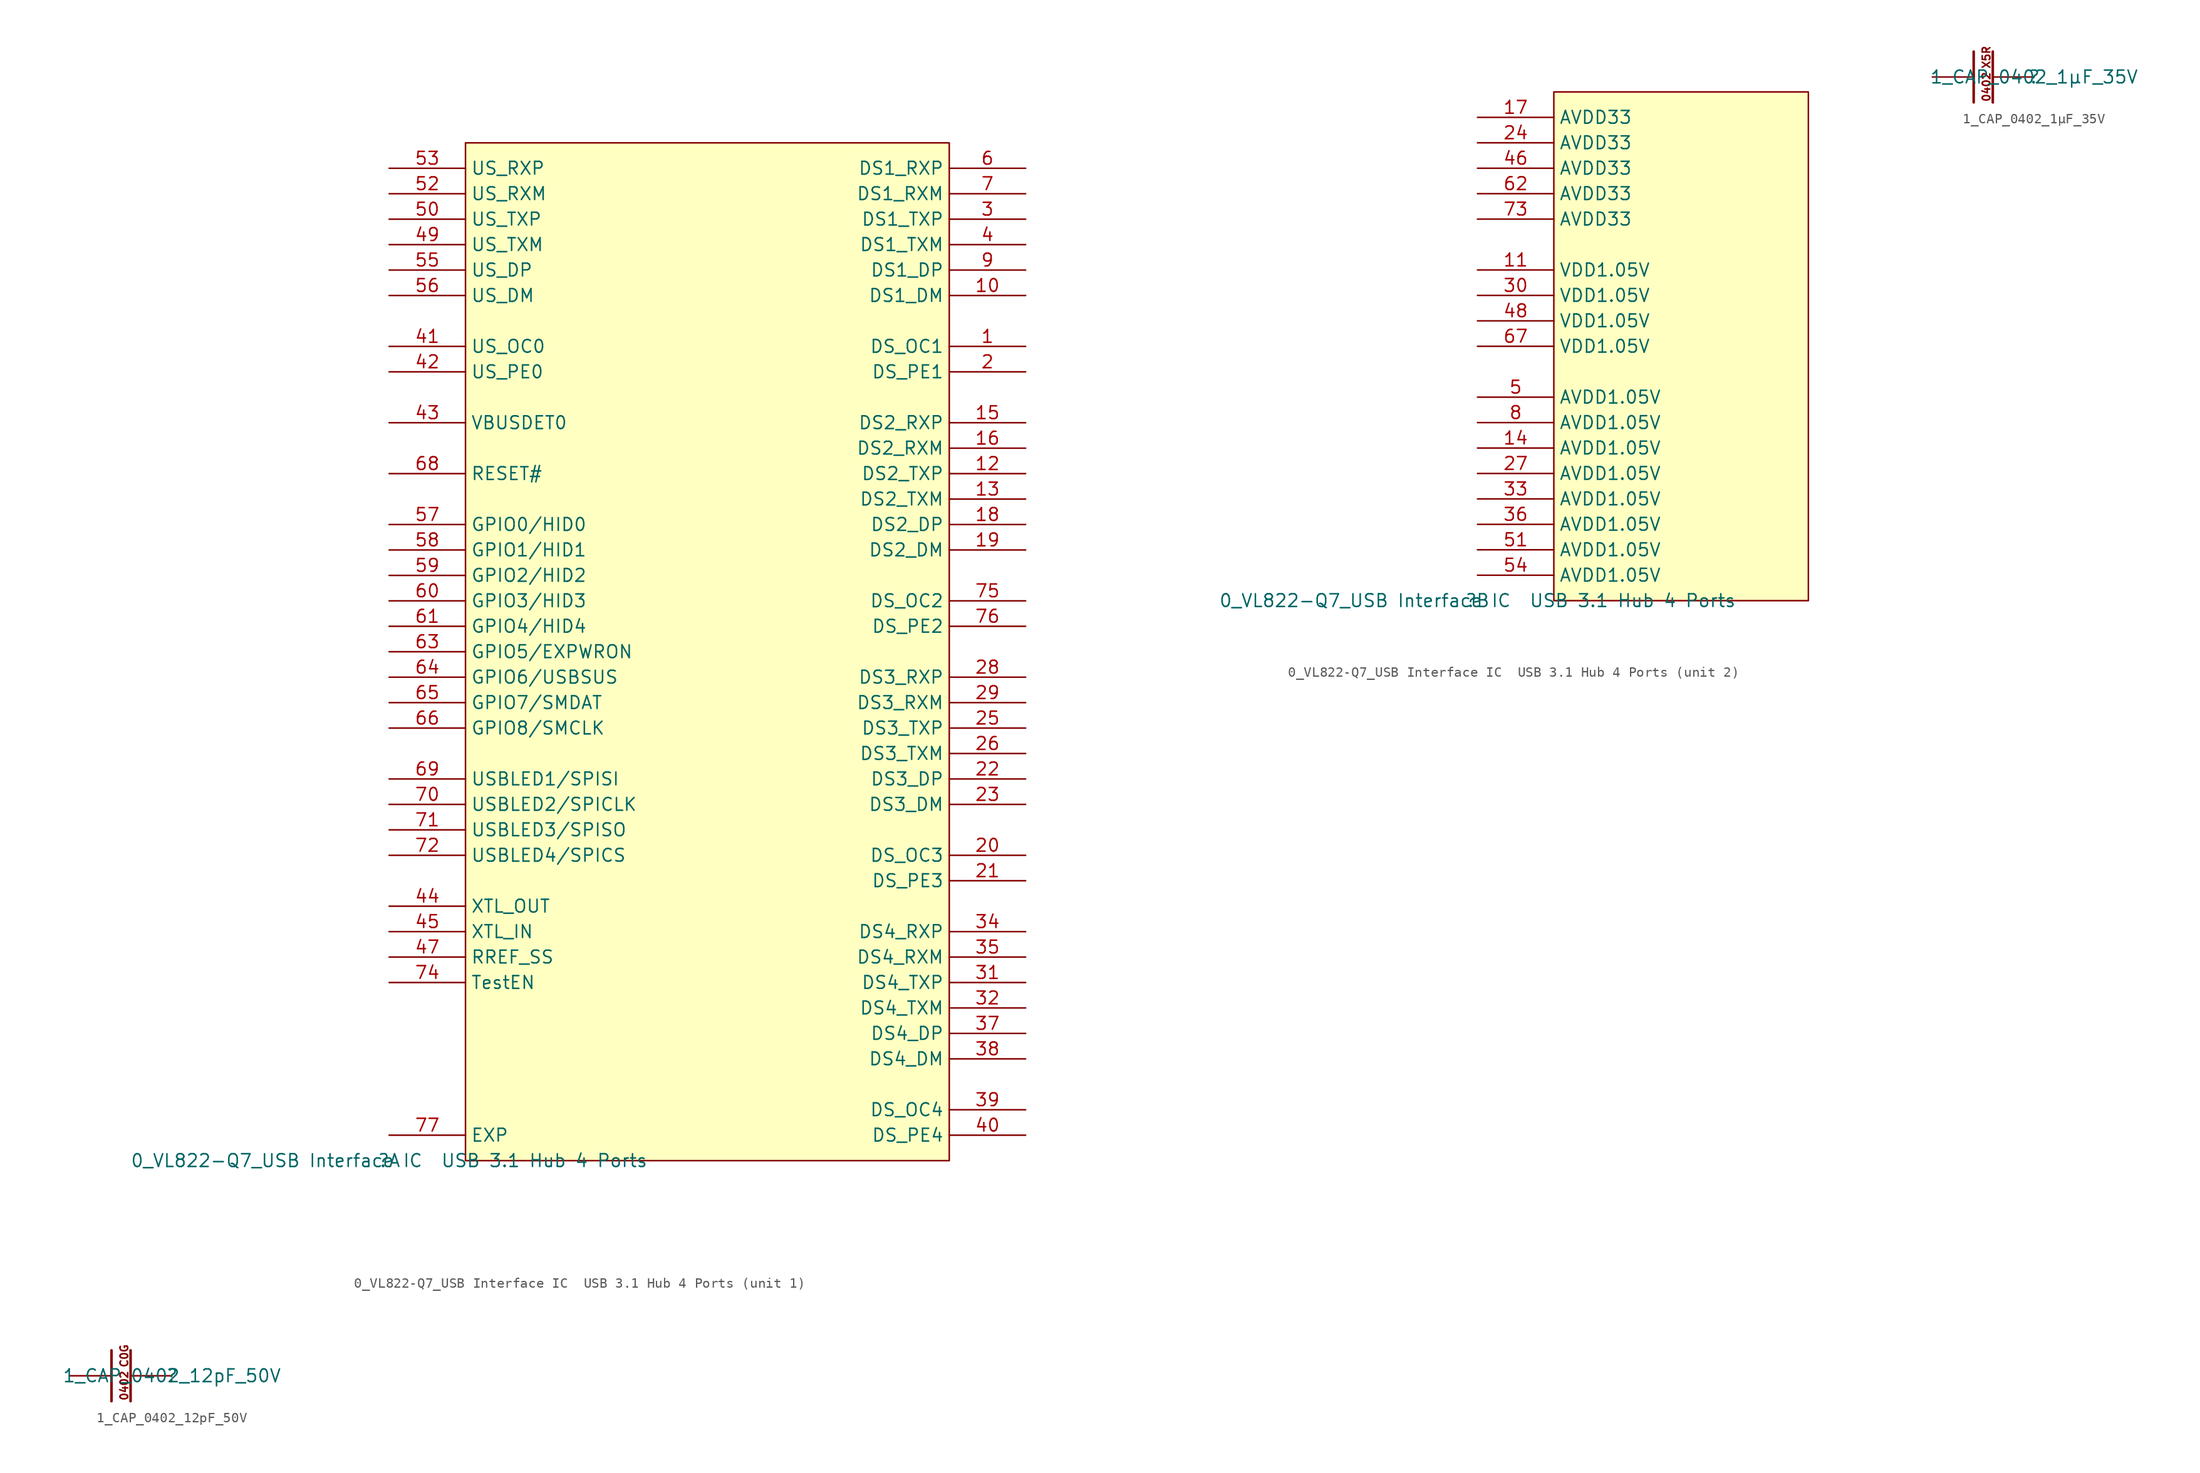
<source format=kicad_sym>
(kicad_symbol_lib
  (version 20211014)
  (generator kicad_symbol_editor)
  (symbol "0_VL822-Q7_USB Interface IC  USB 3.1 Hub 4 Ports"
    (property "Reference" ""
      (at 0 0 0)
      (effects (font (size 1.27 1.27))))
    (property "Value" "0_VL822-Q7_USB Interface IC  USB 3.1 Hub 4 Ports"
      (at 0 0 0)
      (effects (font (size 1.27 1.27))))
    (symbol "0_VL822-Q7_USB Interface IC  USB 3.1 Hub 4 Ports_1_0"
      (rectangle (start 55.88 101.6) (end 7.62 0) (stroke (width 0) (type default) (color 0 0 0 0)) (fill (type background)))
      (pin passive line (at 63.5 81.28 180) (length 7.62) (name "DS_OC1" (effects (font (size 1.27 1.27)))) (number "1" (effects (font (size 1.27 1.27)))))
      (pin passive line (at 63.5 86.36 180) (length 7.62) (name "DS1_DM" (effects (font (size 1.27 1.27)))) (number "10" (effects (font (size 1.27 1.27)))))
      (pin passive line (at 63.5 68.58 180) (length 7.62) (name "DS2_TXP" (effects (font (size 1.27 1.27)))) (number "12" (effects (font (size 1.27 1.27)))))
      (pin passive line (at 63.5 66.04 180) (length 7.62) (name "DS2_TXM" (effects (font (size 1.27 1.27)))) (number "13" (effects (font (size 1.27 1.27)))))
      (pin passive line (at 63.5 73.66 180) (length 7.62) (name "DS2_RXP" (effects (font (size 1.27 1.27)))) (number "15" (effects (font (size 1.27 1.27)))))
      (pin passive line (at 63.5 71.12 180) (length 7.62) (name "DS2_RXM" (effects (font (size 1.27 1.27)))) (number "16" (effects (font (size 1.27 1.27)))))
      (pin passive line (at 63.5 63.5 180) (length 7.62) (name "DS2_DP" (effects (font (size 1.27 1.27)))) (number "18" (effects (font (size 1.27 1.27)))))
      (pin passive line (at 63.5 60.96 180) (length 7.62) (name "DS2_DM" (effects (font (size 1.27 1.27)))) (number "19" (effects (font (size 1.27 1.27)))))
      (pin passive line (at 63.5 78.74 180) (length 7.62) (name "DS_PE1" (effects (font (size 1.27 1.27)))) (number "2" (effects (font (size 1.27 1.27)))))
      (pin passive line (at 63.5 30.48 180) (length 7.62) (name "DS_OC3" (effects (font (size 1.27 1.27)))) (number "20" (effects (font (size 1.27 1.27)))))
      (pin passive line (at 63.5 27.94 180) (length 7.62) (name "DS_PE3" (effects (font (size 1.27 1.27)))) (number "21" (effects (font (size 1.27 1.27)))))
      (pin passive line (at 63.5 38.1 180) (length 7.62) (name "DS3_DP" (effects (font (size 1.27 1.27)))) (number "22" (effects (font (size 1.27 1.27)))))
      (pin passive line (at 63.5 35.56 180) (length 7.62) (name "DS3_DM" (effects (font (size 1.27 1.27)))) (number "23" (effects (font (size 1.27 1.27)))))
      (pin passive line (at 63.5 43.18 180) (length 7.62) (name "DS3_TXP" (effects (font (size 1.27 1.27)))) (number "25" (effects (font (size 1.27 1.27)))))
      (pin passive line (at 63.5 40.64 180) (length 7.62) (name "DS3_TXM" (effects (font (size 1.27 1.27)))) (number "26" (effects (font (size 1.27 1.27)))))
      (pin passive line (at 63.5 48.26 180) (length 7.62) (name "DS3_RXP" (effects (font (size 1.27 1.27)))) (number "28" (effects (font (size 1.27 1.27)))))
      (pin passive line (at 63.5 45.72 180) (length 7.62) (name "DS3_RXM" (effects (font (size 1.27 1.27)))) (number "29" (effects (font (size 1.27 1.27)))))
      (pin passive line (at 63.5 93.98 180) (length 7.62) (name "DS1_TXP" (effects (font (size 1.27 1.27)))) (number "3" (effects (font (size 1.27 1.27)))))
      (pin passive line (at 63.5 17.78 180) (length 7.62) (name "DS4_TXP" (effects (font (size 1.27 1.27)))) (number "31" (effects (font (size 1.27 1.27)))))
      (pin passive line (at 63.5 15.24 180) (length 7.62) (name "DS4_TXM" (effects (font (size 1.27 1.27)))) (number "32" (effects (font (size 1.27 1.27)))))
      (pin passive line (at 63.5 22.86 180) (length 7.62) (name "DS4_RXP" (effects (font (size 1.27 1.27)))) (number "34" (effects (font (size 1.27 1.27)))))
      (pin passive line (at 63.5 20.32 180) (length 7.62) (name "DS4_RXM" (effects (font (size 1.27 1.27)))) (number "35" (effects (font (size 1.27 1.27)))))
      (pin passive line (at 63.5 12.7 180) (length 7.62) (name "DS4_DP" (effects (font (size 1.27 1.27)))) (number "37" (effects (font (size 1.27 1.27)))))
      (pin passive line (at 63.5 10.16 180) (length 7.62) (name "DS4_DM" (effects (font (size 1.27 1.27)))) (number "38" (effects (font (size 1.27 1.27)))))
      (pin passive line (at 63.5 5.08 180) (length 7.62) (name "DS_OC4" (effects (font (size 1.27 1.27)))) (number "39" (effects (font (size 1.27 1.27)))))
      (pin passive line (at 63.5 91.44 180) (length 7.62) (name "DS1_TXM" (effects (font (size 1.27 1.27)))) (number "4" (effects (font (size 1.27 1.27)))))
      (pin passive line (at 63.5 2.54 180) (length 7.62) (name "DS_PE4" (effects (font (size 1.27 1.27)))) (number "40" (effects (font (size 1.27 1.27)))))
      (pin passive line (at 0 81.28 0) (length 7.62) (name "US_OC0" (effects (font (size 1.27 1.27)))) (number "41" (effects (font (size 1.27 1.27)))))
      (pin passive line (at 0 78.74 0) (length 7.62) (name "US_PE0" (effects (font (size 1.27 1.27)))) (number "42" (effects (font (size 1.27 1.27)))))
      (pin passive line (at 0 73.66 0) (length 7.62) (name "VBUSDET0" (effects (font (size 1.27 1.27)))) (number "43" (effects (font (size 1.27 1.27)))))
      (pin passive line (at 0 25.4 0) (length 7.62) (name "XTL_OUT" (effects (font (size 1.27 1.27)))) (number "44" (effects (font (size 1.27 1.27)))))
      (pin passive line (at 0 22.86 0) (length 7.62) (name "XTL_IN" (effects (font (size 1.27 1.27)))) (number "45" (effects (font (size 1.27 1.27)))))
      (pin passive line (at 0 20.32 0) (length 7.62) (name "RREF_SS" (effects (font (size 1.27 1.27)))) (number "47" (effects (font (size 1.27 1.27)))))
      (pin passive line (at 0 91.44 0) (length 7.62) (name "US_TXM" (effects (font (size 1.27 1.27)))) (number "49" (effects (font (size 1.27 1.27)))))
      (pin passive line (at 0 93.98 0) (length 7.62) (name "US_TXP" (effects (font (size 1.27 1.27)))) (number "50" (effects (font (size 1.27 1.27)))))
      (pin passive line (at 0 96.52 0) (length 7.62) (name "US_RXM" (effects (font (size 1.27 1.27)))) (number "52" (effects (font (size 1.27 1.27)))))
      (pin passive line (at 0 99.06 0) (length 7.62) (name "US_RXP" (effects (font (size 1.27 1.27)))) (number "53" (effects (font (size 1.27 1.27)))))
      (pin passive line (at 0 88.9 0) (length 7.62) (name "US_DP" (effects (font (size 1.27 1.27)))) (number "55" (effects (font (size 1.27 1.27)))))
      (pin passive line (at 0 86.36 0) (length 7.62) (name "US_DM" (effects (font (size 1.27 1.27)))) (number "56" (effects (font (size 1.27 1.27)))))
      (pin passive line (at 0 63.5 0) (length 7.62) (name "GPIO0/HID0" (effects (font (size 1.27 1.27)))) (number "57" (effects (font (size 1.27 1.27)))))
      (pin passive line (at 0 60.96 0) (length 7.62) (name "GPIO1/HID1" (effects (font (size 1.27 1.27)))) (number "58" (effects (font (size 1.27 1.27)))))
      (pin passive line (at 0 58.42 0) (length 7.62) (name "GPIO2/HID2" (effects (font (size 1.27 1.27)))) (number "59" (effects (font (size 1.27 1.27)))))
      (pin passive line (at 63.5 99.06 180) (length 7.62) (name "DS1_RXP" (effects (font (size 1.27 1.27)))) (number "6" (effects (font (size 1.27 1.27)))))
      (pin passive line (at 0 55.88 0) (length 7.62) (name "GPIO3/HID3" (effects (font (size 1.27 1.27)))) (number "60" (effects (font (size 1.27 1.27)))))
      (pin passive line (at 0 53.34 0) (length 7.62) (name "GPIO4/HID4" (effects (font (size 1.27 1.27)))) (number "61" (effects (font (size 1.27 1.27)))))
      (pin passive line (at 0 50.8 0) (length 7.62) (name "GPIO5/EXPWRON" (effects (font (size 1.27 1.27)))) (number "63" (effects (font (size 1.27 1.27)))))
      (pin passive line (at 0 48.26 0) (length 7.62) (name "GPIO6/USBSUS" (effects (font (size 1.27 1.27)))) (number "64" (effects (font (size 1.27 1.27)))))
      (pin passive line (at 0 45.72 0) (length 7.62) (name "GPIO7/SMDAT" (effects (font (size 1.27 1.27)))) (number "65" (effects (font (size 1.27 1.27)))))
      (pin passive line (at 0 43.18 0) (length 7.62) (name "GPIO8/SMCLK" (effects (font (size 1.27 1.27)))) (number "66" (effects (font (size 1.27 1.27)))))
      (pin passive line (at 0 68.58 0) (length 7.62) (name "RESET#" (effects (font (size 1.27 1.27)))) (number "68" (effects (font (size 1.27 1.27)))))
      (pin passive line (at 0 38.1 0) (length 7.62) (name "USBLED1/SPISI" (effects (font (size 1.27 1.27)))) (number "69" (effects (font (size 1.27 1.27)))))
      (pin passive line (at 63.5 96.52 180) (length 7.62) (name "DS1_RXM" (effects (font (size 1.27 1.27)))) (number "7" (effects (font (size 1.27 1.27)))))
      (pin passive line (at 0 35.56 0) (length 7.62) (name "USBLED2/SPICLK" (effects (font (size 1.27 1.27)))) (number "70" (effects (font (size 1.27 1.27)))))
      (pin passive line (at 0 33.02 0) (length 7.62) (name "USBLED3/SPISO" (effects (font (size 1.27 1.27)))) (number "71" (effects (font (size 1.27 1.27)))))
      (pin passive line (at 0 30.48 0) (length 7.62) (name "USBLED4/SPICS" (effects (font (size 1.27 1.27)))) (number "72" (effects (font (size 1.27 1.27)))))
      (pin passive line (at 0 17.78 0) (length 7.62) (name "TestEN" (effects (font (size 1.27 1.27)))) (number "74" (effects (font (size 1.27 1.27)))))
      (pin passive line (at 63.5 55.88 180) (length 7.62) (name "DS_OC2" (effects (font (size 1.27 1.27)))) (number "75" (effects (font (size 1.27 1.27)))))
      (pin passive line (at 63.5 53.34 180) (length 7.62) (name "DS_PE2" (effects (font (size 1.27 1.27)))) (number "76" (effects (font (size 1.27 1.27)))))
      (pin passive line (at 0 2.54 0) (length 7.62) (name "EXP" (effects (font (size 1.27 1.27)))) (number "77" (effects (font (size 1.27 1.27)))))
      (pin passive line (at 63.5 88.9 180) (length 7.62) (name "DS1_DP" (effects (font (size 1.27 1.27)))) (number "9" (effects (font (size 1.27 1.27))))))
    (symbol "0_VL822-Q7_USB Interface IC  USB 3.1 Hub 4 Ports_2_0"
      (rectangle (start 33.02 50.8) (end 7.62 0) (stroke (width 0) (type default) (color 0 0 0 0)) (fill (type background)))
      (pin passive line (at 0 33.02 0) (length 7.62) (name "VDD1.05V" (effects (font (size 1.27 1.27)))) (number "11" (effects (font (size 1.27 1.27)))))
      (pin passive line (at 0 15.24 0) (length 7.62) (name "AVDD1.05V" (effects (font (size 1.27 1.27)))) (number "14" (effects (font (size 1.27 1.27)))))
      (pin passive line (at 0 48.26 0) (length 7.62) (name "AVDD33" (effects (font (size 1.27 1.27)))) (number "17" (effects (font (size 1.27 1.27)))))
      (pin passive line (at 0 45.72 0) (length 7.62) (name "AVDD33" (effects (font (size 1.27 1.27)))) (number "24" (effects (font (size 1.27 1.27)))))
      (pin passive line (at 0 12.7 0) (length 7.62) (name "AVDD1.05V" (effects (font (size 1.27 1.27)))) (number "27" (effects (font (size 1.27 1.27)))))
      (pin passive line (at 0 30.48 0) (length 7.62) (name "VDD1.05V" (effects (font (size 1.27 1.27)))) (number "30" (effects (font (size 1.27 1.27)))))
      (pin passive line (at 0 10.16 0) (length 7.62) (name "AVDD1.05V" (effects (font (size 1.27 1.27)))) (number "33" (effects (font (size 1.27 1.27)))))
      (pin passive line (at 0 7.62 0) (length 7.62) (name "AVDD1.05V" (effects (font (size 1.27 1.27)))) (number "36" (effects (font (size 1.27 1.27)))))
      (pin passive line (at 0 43.18 0) (length 7.62) (name "AVDD33" (effects (font (size 1.27 1.27)))) (number "46" (effects (font (size 1.27 1.27)))))
      (pin passive line (at 0 27.94 0) (length 7.62) (name "VDD1.05V" (effects (font (size 1.27 1.27)))) (number "48" (effects (font (size 1.27 1.27)))))
      (pin passive line (at 0 20.32 0) (length 7.62) (name "AVDD1.05V" (effects (font (size 1.27 1.27)))) (number "5" (effects (font (size 1.27 1.27)))))
      (pin passive line (at 0 5.08 0) (length 7.62) (name "AVDD1.05V" (effects (font (size 1.27 1.27)))) (number "51" (effects (font (size 1.27 1.27)))))
      (pin passive line (at 0 2.54 0) (length 7.62) (name "AVDD1.05V" (effects (font (size 1.27 1.27)))) (number "54" (effects (font (size 1.27 1.27)))))
      (pin passive line (at 0 40.64 0) (length 7.62) (name "AVDD33" (effects (font (size 1.27 1.27)))) (number "62" (effects (font (size 1.27 1.27)))))
      (pin passive line (at 0 25.4 0) (length 7.62) (name "VDD1.05V" (effects (font (size 1.27 1.27)))) (number "67" (effects (font (size 1.27 1.27)))))
      (pin passive line (at 0 38.1 0) (length 7.62) (name "AVDD33" (effects (font (size 1.27 1.27)))) (number "73" (effects (font (size 1.27 1.27)))))
      (pin passive line (at 0 17.78 0) (length 7.62) (name "AVDD1.05V" (effects (font (size 1.27 1.27)))) (number "8" (effects (font (size 1.27 1.27)))))))
  (symbol "1_CAP_0402_1µF_35V"
    (property "Reference" ""
      (at 0 0 0)
      (effects (font (size 1.27 1.27))))
    (property "Value" "1_CAP_0402_1µF_35V"
      (at 0 0 0)
      (effects (font (size 1.27 1.27))))
    (symbol "1_CAP_0402_1µF_35V_1_0"
      (polyline (pts (xy -6.032 -2.54) (xy -6.032 2.54)) (stroke (width 0.254) (type default) (color 0 0 0 0)) (fill (type none)))
      (polyline (pts (xy -4.127 -2.54) (xy -4.127 2.54)) (stroke (width 0.254) (type default) (color 0 0 0 0)) (fill (type none)))
      (text "0402" (at -4.318 -2.54 900) (effects (font (size 0.762 0.762)) (justify left bottom)))
      (text "X5R" (at -4.318 0.762 900) (effects (font (size 0.762 0.762)) (justify left bottom)))
      (pin passive line (at -10.16 0 0) (length 4.064) (name "1" (effects (font (size 0 0)))) (number "1" (effects (font (size 0 0)))))
      (pin passive line (at 0 0 180) (length 4.064) (name "2" (effects (font (size 0 0)))) (number "2" (effects (font (size 0 0)))))))
  (symbol "1_CAP_0402_12pF_50V"
    (property "Reference" ""
      (at 0 0 0)
      (effects (font (size 1.27 1.27))))
    (property "Value" "1_CAP_0402_12pF_50V"
      (at 0 0 0)
      (effects (font (size 1.27 1.27))))
    (symbol "1_CAP_0402_12pF_50V_1_0"
      (polyline (pts (xy -6.032 -2.54) (xy -6.032 2.54)) (stroke (width 0.254) (type default) (color 0 0 0 0)) (fill (type none)))
      (polyline (pts (xy -4.127 -2.54) (xy -4.127 2.54)) (stroke (width 0.254) (type default) (color 0 0 0 0)) (fill (type none)))
      (text "0402" (at -4.318 -2.54 900) (effects (font (size 0.762 0.762)) (justify left bottom)))
      (text "C0G" (at -4.318 0.762 900) (effects (font (size 0.762 0.762)) (justify left bottom)))
      (pin passive line (at -10.16 0 0) (length 4.064) (name "1" (effects (font (size 0 0)))) (number "1" (effects (font (size 0 0)))))
      (pin passive line (at 0 0 180) (length 4.064) (name "2" (effects (font (size 0 0)))) (number "2" (effects (font (size 0 0))))))))
</source>
